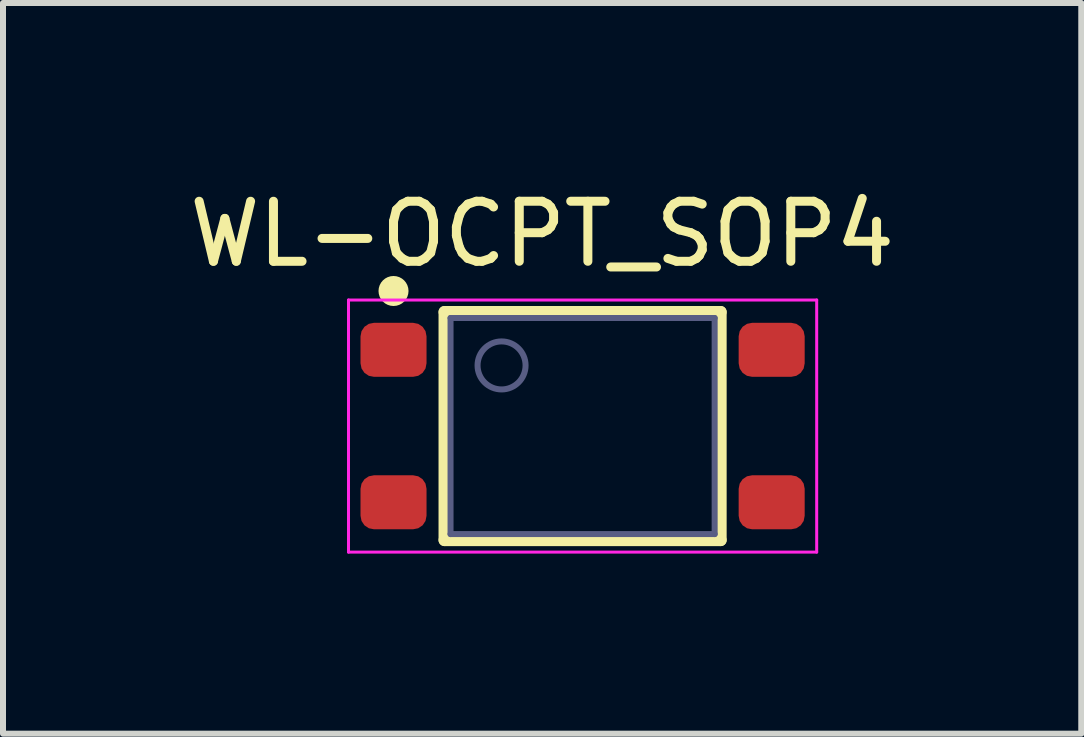
<source format=kicad_pcb>
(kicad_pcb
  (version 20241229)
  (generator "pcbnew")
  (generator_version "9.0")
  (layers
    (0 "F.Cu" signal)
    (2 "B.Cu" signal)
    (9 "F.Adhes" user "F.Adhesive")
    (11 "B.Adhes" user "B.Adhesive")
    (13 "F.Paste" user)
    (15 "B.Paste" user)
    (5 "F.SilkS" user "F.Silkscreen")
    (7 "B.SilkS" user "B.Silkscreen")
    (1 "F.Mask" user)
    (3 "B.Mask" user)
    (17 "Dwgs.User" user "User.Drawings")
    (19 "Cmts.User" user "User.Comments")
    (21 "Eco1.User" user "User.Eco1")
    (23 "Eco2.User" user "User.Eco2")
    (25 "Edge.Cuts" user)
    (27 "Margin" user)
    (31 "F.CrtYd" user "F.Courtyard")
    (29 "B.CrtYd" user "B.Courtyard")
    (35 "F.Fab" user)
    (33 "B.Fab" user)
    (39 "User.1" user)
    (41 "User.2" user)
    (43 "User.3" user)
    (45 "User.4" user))
  (footprint "WL-OCPT_SOP4"
    (layer "F.Cu")
    (at 6.656 4.048)
    (property "Reference" "WL-OCPT_SOP4" (at -0.674 -3.2 0) (layer "F.SilkS") (effects (font (size 1 1) (thickness 0.15))))
    (fp_line (start -2.3 -1.9) (end 2.3 -1.9) (stroke (width 0.2) (type solid)) (layer "F.SilkS"))
    (fp_line (start -2.3 1.9) (end -2.3 -1.9) (stroke (width 0.2) (type solid)) (layer "F.SilkS"))
    (fp_line (start -2.3 1.9) (end 2.3 1.9) (stroke (width 0.2) (type solid)) (layer "F.SilkS"))
    (fp_line (start 2.3 1.9) (end 2.3 -1.9) (stroke (width 0.2) (type solid)) (layer "F.SilkS"))
    (fp_circle (center -3.15 -2.25) (end -3.15 -2.375) (stroke (width 0.25) (type solid)) (fill no) (layer "F.SilkS"))
    (fp_line (start -2.2 -1.8) (end 2.2 -1.8) (stroke (width 0.1) (type solid)) (layer "Eco2.User"))
    (fp_line (start -2.2 1.8) (end -2.2 -1.8) (stroke (width 0.1) (type solid)) (layer "Eco2.User"))
    (fp_line (start -2.2 1.8) (end 2.2 1.8) (stroke (width 0.1) (type solid)) (layer "Eco2.User"))
    (fp_line (start -0.5 0) (end 0.5 0) (stroke (width 0.05) (type solid)) (layer "Eco2.User"))
    (fp_line (start 0 0.5) (end 0 -0.5) (stroke (width 0.05) (type solid)) (layer "Eco2.User"))
    (fp_line (start 2.2 1.8) (end 2.2 -1.8) (stroke (width 0.1) (type solid)) (layer "Eco2.User"))
    (fp_circle (center -1.35 -1.01) (end -1.35 -1.41) (stroke (width 0.1) (type solid)) (fill no) (layer "Eco2.User"))
    (fp_line (start -3.9 -2.1) (end 3.9 -2.1) (stroke (width 0.05) (type solid)) (layer "F.CrtYd"))
    (fp_line (start -3.9 2.1) (end -3.9 -2.1) (stroke (width 0.05) (type solid)) (layer "F.CrtYd"))
    (fp_line (start -3.9 2.1) (end 3.9 2.1) (stroke (width 0.05) (type solid)) (layer "F.CrtYd"))
    (fp_line (start 3.9 2.1) (end 3.9 -2.1) (stroke (width 0.05) (type solid)) (layer "F.CrtYd"))
    (fp_line (start -2.2 -1.8) (end 2.2 -1.8) (stroke (width 0.1) (type solid)) (layer "B.Fab"))
    (fp_line (start -2.2 1.8) (end -2.2 -1.8) (stroke (width 0.1) (type solid)) (layer "B.Fab"))
    (fp_line (start -2.2 1.8) (end 2.2 1.8) (stroke (width 0.1) (type solid)) (layer "B.Fab"))
    (fp_line (start 2.2 1.8) (end 2.2 -1.8) (stroke (width 0.1) (type solid)) (layer "B.Fab"))
    (fp_circle (center -1.35 -1.01) (end -1.35 -1.41) (stroke (width 0.1) (type solid)) (fill no) (layer "B.Fab"))
    (pad "1" smd roundrect (at -3.15 -1.27) (size 1.1 0.9) (layers "F.Cu" "F.Mask" "F.Paste") (roundrect_rratio 0.25))
    (pad "2" smd roundrect (at -3.15 1.27) (size 1.1 0.9) (layers "F.Cu" "F.Mask" "F.Paste") (roundrect_rratio 0.25))
    (pad "3" smd roundrect (at 3.15 1.27) (size 1.1 0.9) (layers "F.Cu" "F.Mask" "F.Paste") (roundrect_rratio 0.25))
    (pad "4" smd roundrect (at 3.15 -1.27) (size 1.1 0.9) (layers "F.Cu" "F.Mask" "F.Paste") (roundrect_rratio 0.25)))
  (gr_rect
    (start -3 -3)
    (end 14.964 9.173)
    (stroke (width 0.1) (type default))
    (fill no)
    (layer "Edge.Cuts")))
</source>
